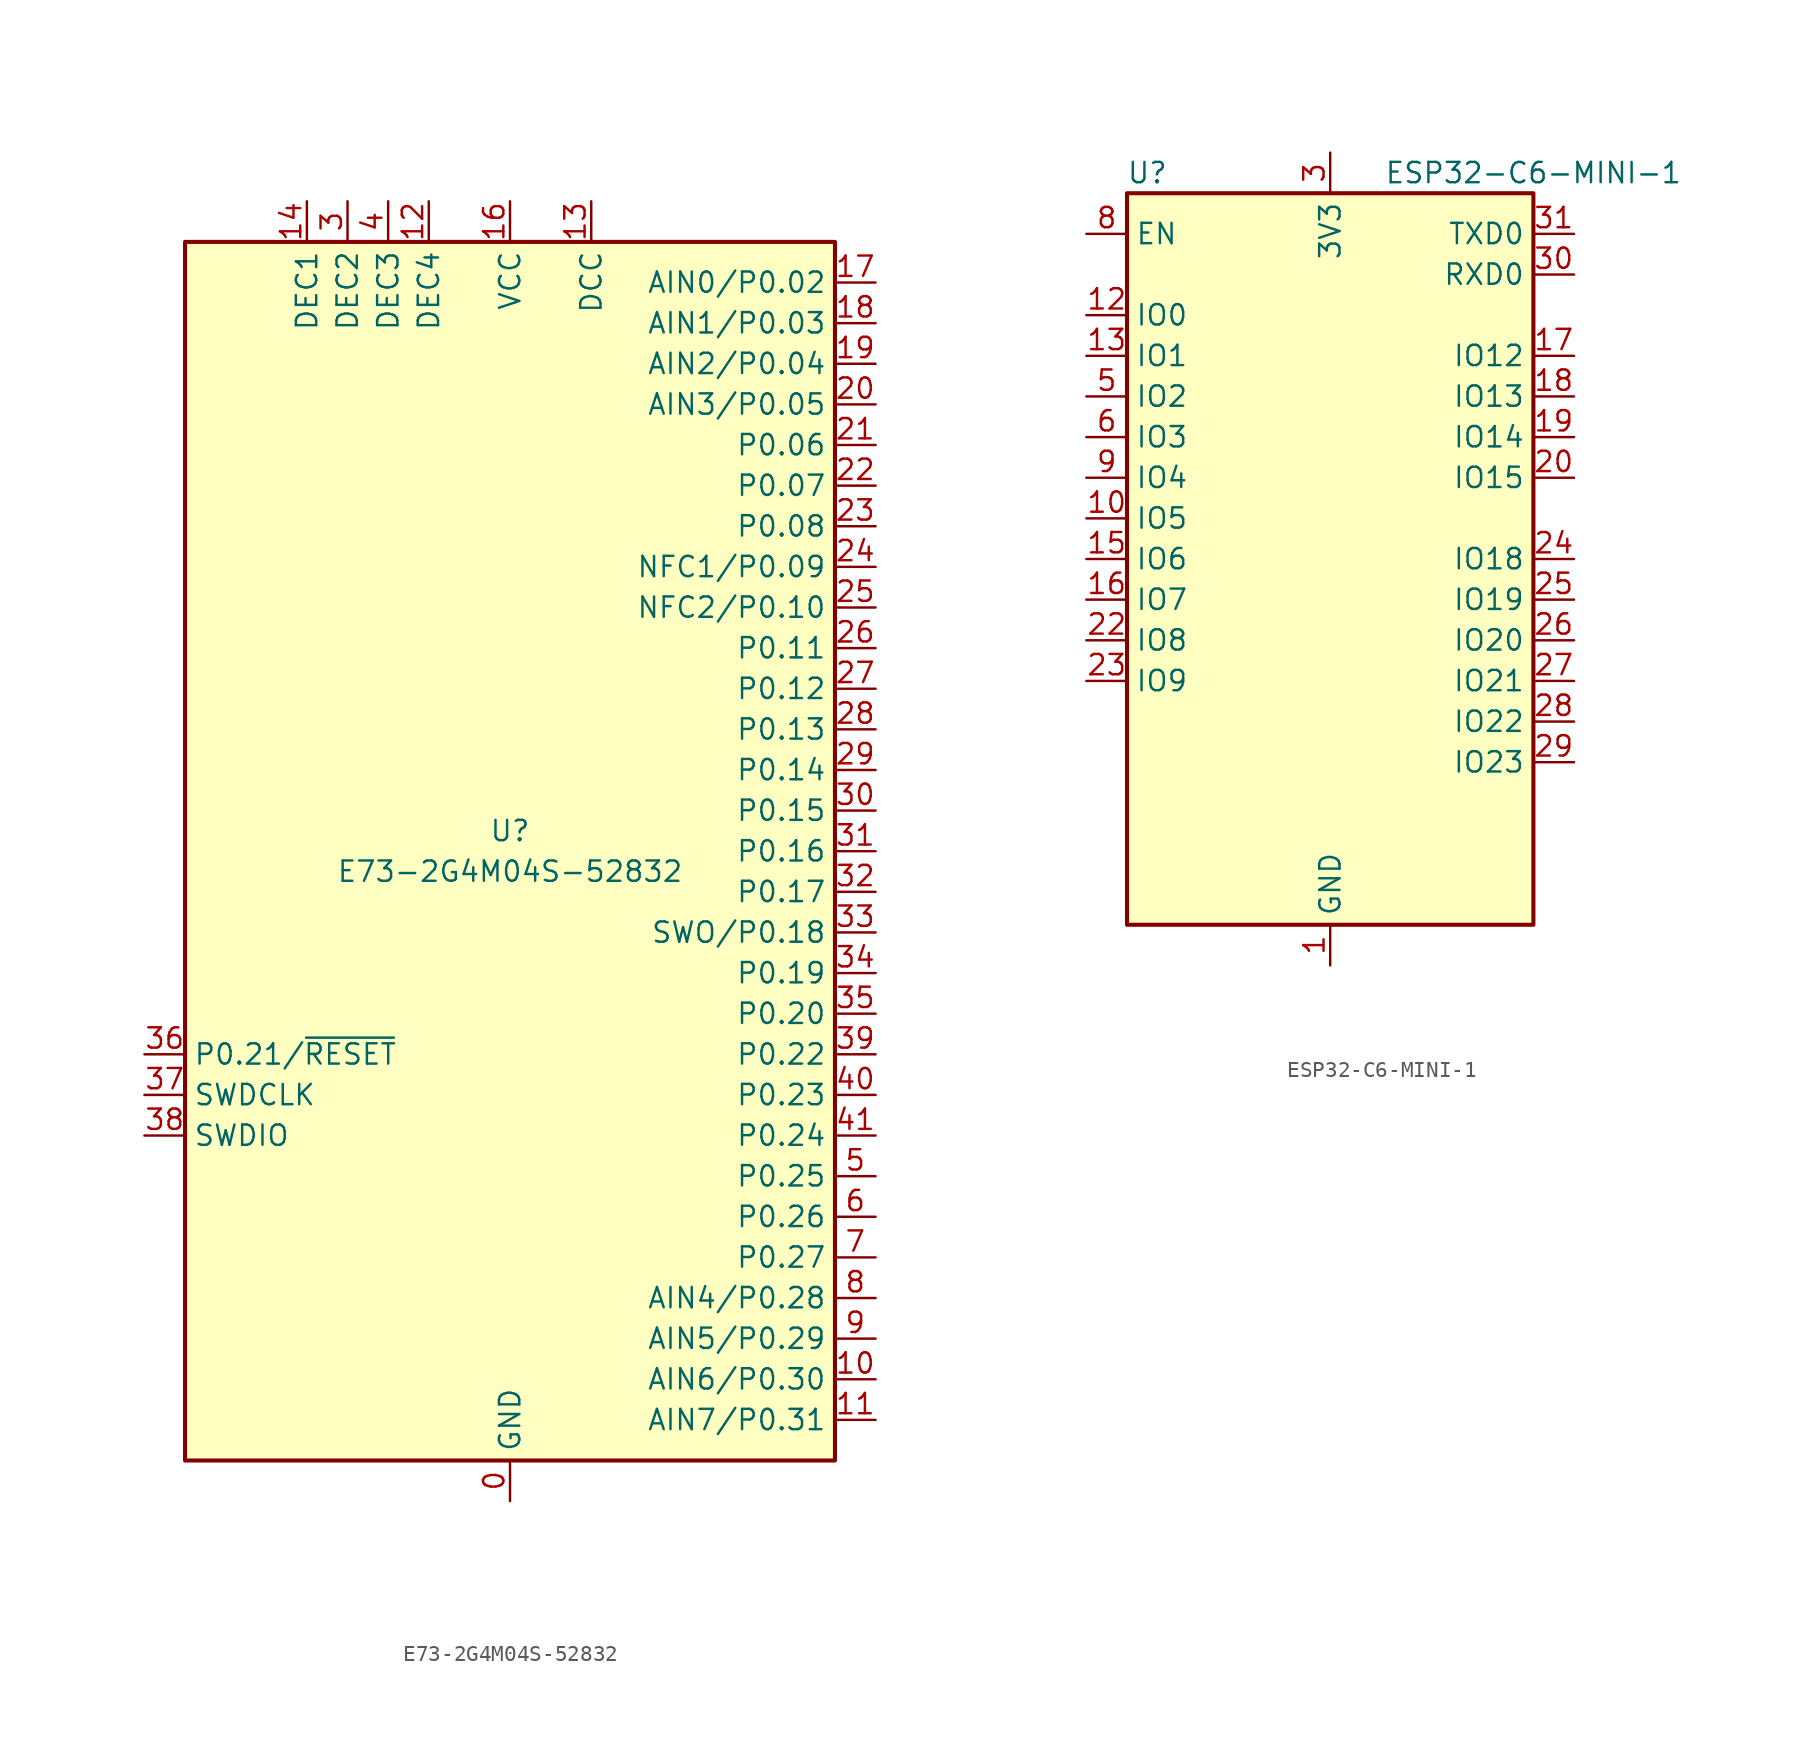
<source format=kicad_sym>
(kicad_symbol_lib
  (version 20241209)
  (generator "kicad_symbol_editor")
  (generator_version "9.0")
  (symbol "E73-2G4M04S-52832"
    (property "Reference" "U"
      (at 0 1.27 0)
      (effects (font (size 1.27 1.27))))
    (property "Value" "E73-2G4M04S-52832"
      (at 0 -1.27 0)
      (effects (font (size 1.27 1.27))))
    (symbol "E73-2G4M04S-52832_0_1"
      (rectangle (start 20.32 38.1) (end -20.32 -38.1) (stroke (width 0.254) (type default)) (fill (type background))))
    (symbol "E73-2G4M04S-52832_1_1"
      (pin bidirectional line (at -22.86 -12.7 0) (length 2.54) (name "P0.21/~{RESET}" (effects (font (size 1.27 1.27)))) (number "36" (effects (font (size 1.27 1.27)))))
      (pin input line (at -22.86 -15.24 0) (length 2.54) (name "SWDCLK" (effects (font (size 1.27 1.27)))) (number "37" (effects (font (size 1.27 1.27)))))
      (pin bidirectional line (at -22.86 -17.78 0) (length 2.54) (name "SWDIO" (effects (font (size 1.27 1.27)))) (number "38" (effects (font (size 1.27 1.27)))))
      (pin passive line (at -12.7 40.64 270) (length 2.54) (name "DEC1" (effects (font (size 1.27 1.27)))) (number "14" (effects (font (size 1.27 1.27)))))
      (pin passive line (at -10.16 40.64 270) (length 2.54) (name "DEC2" (effects (font (size 1.27 1.27)))) (number "3" (effects (font (size 1.27 1.27)))))
      (pin passive line (at -7.62 40.64 270) (length 2.54) (name "DEC3" (effects (font (size 1.27 1.27)))) (number "4" (effects (font (size 1.27 1.27)))))
      (pin passive line (at -5.08 40.64 270) (length 2.54) (name "DEC4" (effects (font (size 1.27 1.27)))) (number "12" (effects (font (size 1.27 1.27)))))
      (pin power_in line (at 0 40.64 270) (length 2.54) (name "VCC" (effects (font (size 1.27 1.27)))) (number "16" (effects (font (size 1.27 1.27)))))
      (pin power_in line (at 0 -40.64 90) (length 2.54) (name "GND" (effects (font (size 1.27 1.27)))) (number "0" (effects (font (size 1.27 1.27)))))
      (pin passive line (at 0 -40.64 90) (length 2.54) (hide yes) (name "GND" (effects (font (size 1.27 1.27)))) (number "1" (effects (font (size 1.27 1.27)))))
      (pin passive line (at 0 -40.64 90) (length 2.54) (hide yes) (name "GND" (effects (font (size 1.27 1.27)))) (number "15" (effects (font (size 1.27 1.27)))))
      (pin passive line (at 0 -40.64 90) (length 2.54) (hide yes) (name "GND" (effects (font (size 1.27 1.27)))) (number "2" (effects (font (size 1.27 1.27)))))
      (pin passive line (at 0 -40.64 90) (length 2.54) (hide yes) (name "GND" (effects (font (size 1.27 1.27)))) (number "42" (effects (font (size 1.27 1.27)))))
      (pin passive line (at 0 -40.64 90) (length 2.54) (hide yes) (name "GND" (effects (font (size 1.27 1.27)))) (number "43" (effects (font (size 1.27 1.27)))))
      (pin power_out line (at 5.08 40.64 270) (length 2.54) (name "DCC" (effects (font (size 1.27 1.27)))) (number "13" (effects (font (size 1.27 1.27)))))
      (pin bidirectional line (at 22.86 35.56 180) (length 2.54) (name "AIN0/P0.02" (effects (font (size 1.27 1.27)))) (number "17" (effects (font (size 1.27 1.27)))))
      (pin bidirectional line (at 22.86 33.02 180) (length 2.54) (name "AIN1/P0.03" (effects (font (size 1.27 1.27)))) (number "18" (effects (font (size 1.27 1.27)))))
      (pin bidirectional line (at 22.86 30.48 180) (length 2.54) (name "AIN2/P0.04" (effects (font (size 1.27 1.27)))) (number "19" (effects (font (size 1.27 1.27)))))
      (pin bidirectional line (at 22.86 27.94 180) (length 2.54) (name "AIN3/P0.05" (effects (font (size 1.27 1.27)))) (number "20" (effects (font (size 1.27 1.27)))))
      (pin bidirectional line (at 22.86 25.4 180) (length 2.54) (name "P0.06" (effects (font (size 1.27 1.27)))) (number "21" (effects (font (size 1.27 1.27)))))
      (pin bidirectional line (at 22.86 22.86 180) (length 2.54) (name "P0.07" (effects (font (size 1.27 1.27)))) (number "22" (effects (font (size 1.27 1.27)))))
      (pin bidirectional line (at 22.86 20.32 180) (length 2.54) (name "P0.08" (effects (font (size 1.27 1.27)))) (number "23" (effects (font (size 1.27 1.27)))))
      (pin bidirectional line (at 22.86 17.78 180) (length 2.54) (name "NFC1/P0.09" (effects (font (size 1.27 1.27)))) (number "24" (effects (font (size 1.27 1.27)))))
      (pin bidirectional line (at 22.86 15.24 180) (length 2.54) (name "NFC2/P0.10" (effects (font (size 1.27 1.27)))) (number "25" (effects (font (size 1.27 1.27)))))
      (pin bidirectional line (at 22.86 12.7 180) (length 2.54) (name "P0.11" (effects (font (size 1.27 1.27)))) (number "26" (effects (font (size 1.27 1.27)))))
      (pin bidirectional line (at 22.86 10.16 180) (length 2.54) (name "P0.12" (effects (font (size 1.27 1.27)))) (number "27" (effects (font (size 1.27 1.27)))))
      (pin bidirectional line (at 22.86 7.62 180) (length 2.54) (name "P0.13" (effects (font (size 1.27 1.27)))) (number "28" (effects (font (size 1.27 1.27)))))
      (pin bidirectional line (at 22.86 5.08 180) (length 2.54) (name "P0.14" (effects (font (size 1.27 1.27)))) (number "29" (effects (font (size 1.27 1.27)))))
      (pin bidirectional line (at 22.86 2.54 180) (length 2.54) (name "P0.15" (effects (font (size 1.27 1.27)))) (number "30" (effects (font (size 1.27 1.27)))))
      (pin bidirectional line (at 22.86 0 180) (length 2.54) (name "P0.16" (effects (font (size 1.27 1.27)))) (number "31" (effects (font (size 1.27 1.27)))))
      (pin bidirectional line (at 22.86 -2.54 180) (length 2.54) (name "P0.17" (effects (font (size 1.27 1.27)))) (number "32" (effects (font (size 1.27 1.27)))))
      (pin bidirectional line (at 22.86 -5.08 180) (length 2.54) (name "SWO/P0.18" (effects (font (size 1.27 1.27)))) (number "33" (effects (font (size 1.27 1.27)))))
      (pin bidirectional line (at 22.86 -7.62 180) (length 2.54) (name "P0.19" (effects (font (size 1.27 1.27)))) (number "34" (effects (font (size 1.27 1.27)))))
      (pin bidirectional line (at 22.86 -10.16 180) (length 2.54) (name "P0.20" (effects (font (size 1.27 1.27)))) (number "35" (effects (font (size 1.27 1.27)))))
      (pin bidirectional line (at 22.86 -12.7 180) (length 2.54) (name "P0.22" (effects (font (size 1.27 1.27)))) (number "39" (effects (font (size 1.27 1.27)))))
      (pin bidirectional line (at 22.86 -15.24 180) (length 2.54) (name "P0.23" (effects (font (size 1.27 1.27)))) (number "40" (effects (font (size 1.27 1.27)))))
      (pin bidirectional line (at 22.86 -17.78 180) (length 2.54) (name "P0.24" (effects (font (size 1.27 1.27)))) (number "41" (effects (font (size 1.27 1.27)))))
      (pin bidirectional line (at 22.86 -20.32 180) (length 2.54) (name "P0.25" (effects (font (size 1.27 1.27)))) (number "5" (effects (font (size 1.27 1.27)))))
      (pin bidirectional line (at 22.86 -22.86 180) (length 2.54) (name "P0.26" (effects (font (size 1.27 1.27)))) (number "6" (effects (font (size 1.27 1.27)))))
      (pin bidirectional line (at 22.86 -25.4 180) (length 2.54) (name "P0.27" (effects (font (size 1.27 1.27)))) (number "7" (effects (font (size 1.27 1.27)))))
      (pin bidirectional line (at 22.86 -27.94 180) (length 2.54) (name "AIN4/P0.28" (effects (font (size 1.27 1.27)))) (number "8" (effects (font (size 1.27 1.27)))))
      (pin bidirectional line (at 22.86 -30.48 180) (length 2.54) (name "AIN5/P0.29" (effects (font (size 1.27 1.27)))) (number "9" (effects (font (size 1.27 1.27)))))
      (pin bidirectional line (at 22.86 -33.02 180) (length 2.54) (name "AIN6/P0.30" (effects (font (size 1.27 1.27)))) (number "10" (effects (font (size 1.27 1.27)))))
      (pin bidirectional line (at 22.86 -35.56 180) (length 2.54) (name "AIN7/P0.31" (effects (font (size 1.27 1.27)))) (number "11" (effects (font (size 1.27 1.27)))))))
  (symbol "ESP32-C6-MINI-1"
    (property "Reference" "U"
      (at -11.43 24.13 0)
      (effects (font (size 1.27 1.27))))
    (property "Value" "ESP32-C6-MINI-1"
      (at 12.7 24.13 0)
      (effects (font (size 1.27 1.27))))
    (symbol "ESP32-C6-MINI-1_0_1"
      (rectangle (start -12.7 22.86) (end 12.7 -22.86) (stroke (width 0.254) (type default)) (fill (type background))))
    (symbol "ESP32-C6-MINI-1_1_1"
      (pin input line (at -15.24 20.32 0) (length 2.54) (name "EN" (effects (font (size 1.27 1.27)))) (number "8" (effects (font (size 1.27 1.27)))))
      (pin bidirectional line (at -15.24 15.24 0) (length 2.54) (name "IO0" (effects (font (size 1.27 1.27)))) (number "12" (effects (font (size 1.27 1.27)))))
      (pin bidirectional line (at -15.24 12.7 0) (length 2.54) (name "IO1" (effects (font (size 1.27 1.27)))) (number "13" (effects (font (size 1.27 1.27)))))
      (pin bidirectional line (at -15.24 10.16 0) (length 2.54) (name "IO2" (effects (font (size 1.27 1.27)))) (number "5" (effects (font (size 1.27 1.27)))))
      (pin bidirectional line (at -15.24 7.62 0) (length 2.54) (name "IO3" (effects (font (size 1.27 1.27)))) (number "6" (effects (font (size 1.27 1.27)))))
      (pin bidirectional line (at -15.24 5.08 0) (length 2.54) (name "IO4" (effects (font (size 1.27 1.27)))) (number "9" (effects (font (size 1.27 1.27)))))
      (pin bidirectional line (at -15.24 2.54 0) (length 2.54) (name "IO5" (effects (font (size 1.27 1.27)))) (number "10" (effects (font (size 1.27 1.27)))))
      (pin bidirectional line (at -15.24 0 0) (length 2.54) (name "IO6" (effects (font (size 1.27 1.27)))) (number "15" (effects (font (size 1.27 1.27)))))
      (pin bidirectional line (at -15.24 -2.54 0) (length 2.54) (name "IO7" (effects (font (size 1.27 1.27)))) (number "16" (effects (font (size 1.27 1.27)))))
      (pin bidirectional line (at -15.24 -5.08 0) (length 2.54) (name "IO8" (effects (font (size 1.27 1.27)))) (number "22" (effects (font (size 1.27 1.27)))))
      (pin bidirectional line (at -15.24 -7.62 0) (length 2.54) (name "IO9" (effects (font (size 1.27 1.27)))) (number "23" (effects (font (size 1.27 1.27)))))
      (pin no_connect line (at -12.7 -12.7 0) (length 2.54) (hide yes) (name "NC" (effects (font (size 1.27 1.27)))) (number "32" (effects (font (size 1.27 1.27)))))
      (pin no_connect line (at -12.7 -15.24 0) (length 2.54) (hide yes) (name "NC" (effects (font (size 1.27 1.27)))) (number "33" (effects (font (size 1.27 1.27)))))
      (pin no_connect line (at -12.7 -17.78 0) (length 2.54) (hide yes) (name "NC" (effects (font (size 1.27 1.27)))) (number "34" (effects (font (size 1.27 1.27)))))
      (pin no_connect line (at -12.7 -20.32 0) (length 2.54) (hide yes) (name "NC" (effects (font (size 1.27 1.27)))) (number "35" (effects (font (size 1.27 1.27)))))
      (pin power_in line (at 0 25.4 270) (length 2.54) (name "3V3" (effects (font (size 1.27 1.27)))) (number "3" (effects (font (size 1.27 1.27)))))
      (pin power_in line (at 0 -25.4 90) (length 2.54) (name "GND" (effects (font (size 1.27 1.27)))) (number "1" (effects (font (size 1.27 1.27)))))
      (pin passive line (at 0 -25.4 90) (length 2.54) (hide yes) (name "GND" (effects (font (size 1.27 1.27)))) (number "11" (effects (font (size 1.27 1.27)))))
      (pin passive line (at 0 -25.4 90) (length 2.54) (hide yes) (name "GND" (effects (font (size 1.27 1.27)))) (number "14" (effects (font (size 1.27 1.27)))))
      (pin passive line (at 0 -25.4 90) (length 2.54) (hide yes) (name "GND" (effects (font (size 1.27 1.27)))) (number "2" (effects (font (size 1.27 1.27)))))
      (pin passive line (at 0 -25.4 90) (length 2.54) (hide yes) (name "GND" (effects (font (size 1.27 1.27)))) (number "36" (effects (font (size 1.27 1.27)))))
      (pin passive line (at 0 -25.4 90) (length 2.54) (hide yes) (name "GND" (effects (font (size 1.27 1.27)))) (number "37" (effects (font (size 1.27 1.27)))))
      (pin passive line (at 0 -25.4 90) (length 2.54) (hide yes) (name "GND" (effects (font (size 1.27 1.27)))) (number "38" (effects (font (size 1.27 1.27)))))
      (pin passive line (at 0 -25.4 90) (length 2.54) (hide yes) (name "GND" (effects (font (size 1.27 1.27)))) (number "39" (effects (font (size 1.27 1.27)))))
      (pin passive line (at 0 -25.4 90) (length 2.54) (hide yes) (name "GND" (effects (font (size 1.27 1.27)))) (number "40" (effects (font (size 1.27 1.27)))))
      (pin passive line (at 0 -25.4 90) (length 2.54) (hide yes) (name "GND" (effects (font (size 1.27 1.27)))) (number "41" (effects (font (size 1.27 1.27)))))
      (pin passive line (at 0 -25.4 90) (length 2.54) (hide yes) (name "GND" (effects (font (size 1.27 1.27)))) (number "42" (effects (font (size 1.27 1.27)))))
      (pin passive line (at 0 -25.4 90) (length 2.54) (hide yes) (name "GND" (effects (font (size 1.27 1.27)))) (number "43" (effects (font (size 1.27 1.27)))))
      (pin passive line (at 0 -25.4 90) (length 2.54) (hide yes) (name "GND" (effects (font (size 1.27 1.27)))) (number "44" (effects (font (size 1.27 1.27)))))
      (pin passive line (at 0 -25.4 90) (length 2.54) (hide yes) (name "GND" (effects (font (size 1.27 1.27)))) (number "45" (effects (font (size 1.27 1.27)))))
      (pin passive line (at 0 -25.4 90) (length 2.54) (hide yes) (name "GND" (effects (font (size 1.27 1.27)))) (number "46" (effects (font (size 1.27 1.27)))))
      (pin passive line (at 0 -25.4 90) (length 2.54) (hide yes) (name "GND" (effects (font (size 1.27 1.27)))) (number "47" (effects (font (size 1.27 1.27)))))
      (pin passive line (at 0 -25.4 90) (length 2.54) (hide yes) (name "GND" (effects (font (size 1.27 1.27)))) (number "48" (effects (font (size 1.27 1.27)))))
      (pin passive line (at 0 -25.4 90) (length 2.54) (hide yes) (name "GND" (effects (font (size 1.27 1.27)))) (number "49" (effects (font (size 1.27 1.27)))))
      (pin passive line (at 0 -25.4 90) (length 2.54) (hide yes) (name "GND" (effects (font (size 1.27 1.27)))) (number "50" (effects (font (size 1.27 1.27)))))
      (pin passive line (at 0 -25.4 90) (length 2.54) (hide yes) (name "GND" (effects (font (size 1.27 1.27)))) (number "51" (effects (font (size 1.27 1.27)))))
      (pin passive line (at 0 -25.4 90) (length 2.54) (hide yes) (name "GND" (effects (font (size 1.27 1.27)))) (number "52" (effects (font (size 1.27 1.27)))))
      (pin passive line (at 0 -25.4 90) (length 2.54) (hide yes) (name "GND" (effects (font (size 1.27 1.27)))) (number "53" (effects (font (size 1.27 1.27)))))
      (pin no_connect line (at 12.7 -15.24 180) (length 2.54) (hide yes) (name "NC" (effects (font (size 1.27 1.27)))) (number "4" (effects (font (size 1.27 1.27)))))
      (pin no_connect line (at 12.7 -17.78 180) (length 2.54) (hide yes) (name "NC" (effects (font (size 1.27 1.27)))) (number "7" (effects (font (size 1.27 1.27)))))
      (pin no_connect line (at 12.7 -20.32 180) (length 2.54) (hide yes) (name "NC" (effects (font (size 1.27 1.27)))) (number "21" (effects (font (size 1.27 1.27)))))
      (pin bidirectional line (at 15.24 20.32 180) (length 2.54) (name "TXD0" (effects (font (size 1.27 1.27)))) (number "31" (effects (font (size 1.27 1.27)))))
      (pin bidirectional line (at 15.24 17.78 180) (length 2.54) (name "RXD0" (effects (font (size 1.27 1.27)))) (number "30" (effects (font (size 1.27 1.27)))))
      (pin bidirectional line (at 15.24 12.7 180) (length 2.54) (name "IO12" (effects (font (size 1.27 1.27)))) (number "17" (effects (font (size 1.27 1.27)))))
      (pin bidirectional line (at 15.24 10.16 180) (length 2.54) (name "IO13" (effects (font (size 1.27 1.27)))) (number "18" (effects (font (size 1.27 1.27)))))
      (pin bidirectional line (at 15.24 7.62 180) (length 2.54) (name "IO14" (effects (font (size 1.27 1.27)))) (number "19" (effects (font (size 1.27 1.27)))))
      (pin bidirectional line (at 15.24 5.08 180) (length 2.54) (name "IO15" (effects (font (size 1.27 1.27)))) (number "20" (effects (font (size 1.27 1.27)))))
      (pin bidirectional line (at 15.24 0 180) (length 2.54) (name "IO18" (effects (font (size 1.27 1.27)))) (number "24" (effects (font (size 1.27 1.27)))))
      (pin bidirectional line (at 15.24 -2.54 180) (length 2.54) (name "IO19" (effects (font (size 1.27 1.27)))) (number "25" (effects (font (size 1.27 1.27)))))
      (pin bidirectional line (at 15.24 -5.08 180) (length 2.54) (name "IO20" (effects (font (size 1.27 1.27)))) (number "26" (effects (font (size 1.27 1.27)))))
      (pin bidirectional line (at 15.24 -7.62 180) (length 2.54) (name "IO21" (effects (font (size 1.27 1.27)))) (number "27" (effects (font (size 1.27 1.27)))))
      (pin bidirectional line (at 15.24 -10.16 180) (length 2.54) (name "IO22" (effects (font (size 1.27 1.27)))) (number "28" (effects (font (size 1.27 1.27)))))
      (pin bidirectional line (at 15.24 -12.7 180) (length 2.54) (name "IO23" (effects (font (size 1.27 1.27)))) (number "29" (effects (font (size 1.27 1.27))))))))
</source>
